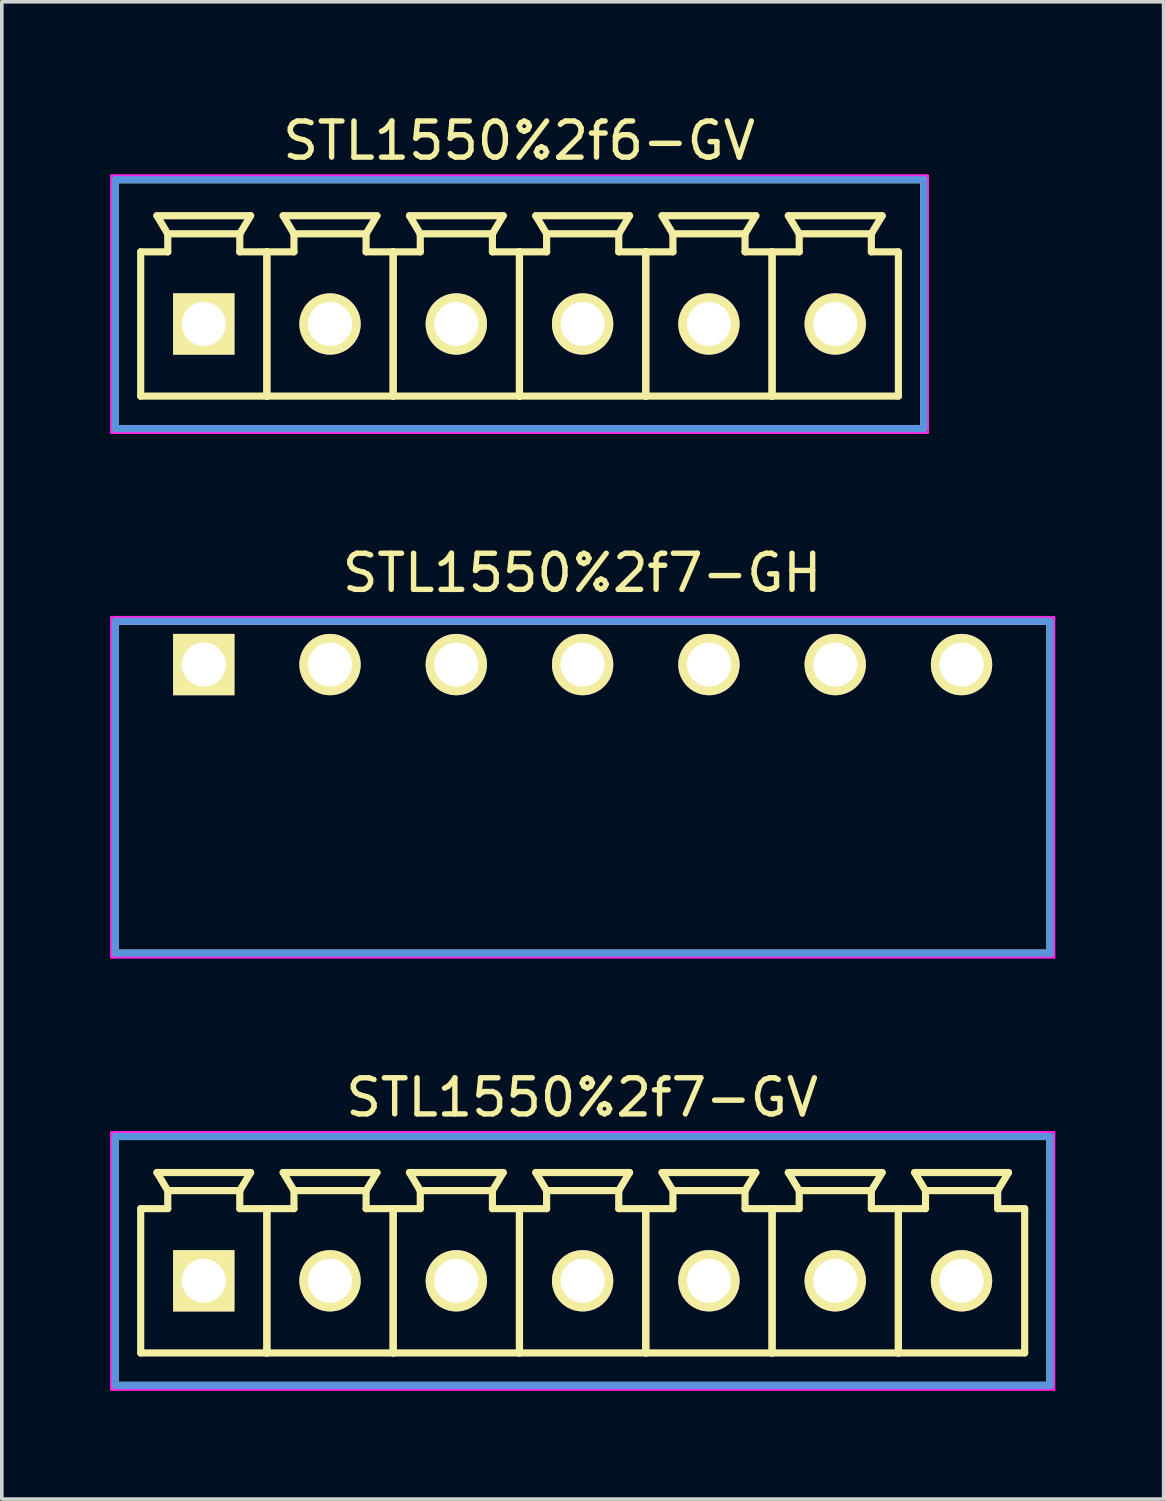
<source format=kicad_pcb>
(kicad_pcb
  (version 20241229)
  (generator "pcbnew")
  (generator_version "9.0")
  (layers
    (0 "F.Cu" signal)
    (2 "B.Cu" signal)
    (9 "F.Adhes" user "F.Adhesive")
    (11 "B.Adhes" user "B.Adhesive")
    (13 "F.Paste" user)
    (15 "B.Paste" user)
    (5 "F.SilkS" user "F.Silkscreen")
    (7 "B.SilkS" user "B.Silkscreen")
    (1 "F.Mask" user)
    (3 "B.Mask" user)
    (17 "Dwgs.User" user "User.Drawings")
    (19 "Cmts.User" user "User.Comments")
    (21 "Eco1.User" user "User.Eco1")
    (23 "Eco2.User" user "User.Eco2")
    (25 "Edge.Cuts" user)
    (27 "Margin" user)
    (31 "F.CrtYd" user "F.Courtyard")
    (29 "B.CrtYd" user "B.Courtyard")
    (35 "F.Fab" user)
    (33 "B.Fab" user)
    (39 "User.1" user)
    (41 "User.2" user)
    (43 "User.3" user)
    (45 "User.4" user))
  (footprint "STL1550%2f7-GV"
    (layer "F.Cu")
    (at 2.597 32.442)
    (property "Reference" "STL1550%2f7-GV" (at 10.485 -5.08 0) (layer "F.SilkS") (effects (font (size 1.001 1.001) (thickness 0.15))))
    (attr through_hole)
    (fp_line (start -2.449 -3.998) (end -2.449 2.898) (stroke (width 0.198) (type solid)) (layer "F.SilkS"))
    (fp_line (start -2.449 2.898) (end 23.449 2.898) (stroke (width 0.198) (type solid)) (layer "F.SilkS"))
    (fp_line (start -1.748 -1.999) (end -0.998 -1.999) (stroke (width 0.198) (type solid)) (layer "F.SilkS"))
    (fp_line (start -1.748 1.999) (end -1.748 -1.999) (stroke (width 0.198) (type solid)) (layer "F.SilkS"))
    (fp_line (start -1.298 -3) (end 1.298 -3) (stroke (width 0.198) (type solid)) (layer "F.SilkS"))
    (fp_line (start -0.998 -2.499) (end -1.298 -3) (stroke (width 0.198) (type solid)) (layer "F.SilkS"))
    (fp_line (start -0.998 -2.499) (end 0.998 -2.499) (stroke (width 0.198) (type solid)) (layer "F.SilkS"))
    (fp_line (start -0.998 -1.999) (end -0.998 -2.499) (stroke (width 0.198) (type solid)) (layer "F.SilkS"))
    (fp_line (start 0.998 -2.499) (end 0.998 -1.999) (stroke (width 0.198) (type solid)) (layer "F.SilkS"))
    (fp_line (start 0.998 -1.999) (end 1.748 -1.999) (stroke (width 0.198) (type solid)) (layer "F.SilkS"))
    (fp_line (start 1.298 -3) (end 0.998 -2.499) (stroke (width 0.198) (type solid)) (layer "F.SilkS"))
    (fp_line (start 1.748 -1.999) (end 1.748 1.999) (stroke (width 0.198) (type solid)) (layer "F.SilkS"))
    (fp_line (start 1.748 -1.999) (end 2.499 -1.999) (stroke (width 0.198) (type solid)) (layer "F.SilkS"))
    (fp_line (start 1.748 1.999) (end -1.748 1.999) (stroke (width 0.198) (type solid)) (layer "F.SilkS"))
    (fp_line (start 1.748 1.999) (end 1.748 -1.999) (stroke (width 0.198) (type solid)) (layer "F.SilkS"))
    (fp_line (start 2.2 -3) (end 4.798 -3) (stroke (width 0.198) (type solid)) (layer "F.SilkS"))
    (fp_line (start 2.499 -2.499) (end 2.2 -3) (stroke (width 0.198) (type solid)) (layer "F.SilkS"))
    (fp_line (start 2.499 -2.499) (end 4.498 -2.499) (stroke (width 0.198) (type solid)) (layer "F.SilkS"))
    (fp_line (start 2.499 -1.999) (end 2.499 -2.499) (stroke (width 0.198) (type solid)) (layer "F.SilkS"))
    (fp_line (start 4.498 -2.499) (end 4.498 -1.999) (stroke (width 0.198) (type solid)) (layer "F.SilkS"))
    (fp_line (start 4.498 -1.999) (end 5.248 -1.999) (stroke (width 0.198) (type solid)) (layer "F.SilkS"))
    (fp_line (start 4.798 -3) (end 4.498 -2.499) (stroke (width 0.198) (type solid)) (layer "F.SilkS"))
    (fp_line (start 5.248 -1.999) (end 5.248 1.999) (stroke (width 0.198) (type solid)) (layer "F.SilkS"))
    (fp_line (start 5.248 -1.999) (end 5.999 -1.999) (stroke (width 0.198) (type solid)) (layer "F.SilkS"))
    (fp_line (start 5.248 1.999) (end 1.748 1.999) (stroke (width 0.198) (type solid)) (layer "F.SilkS"))
    (fp_line (start 5.248 1.999) (end 5.248 -1.999) (stroke (width 0.198) (type solid)) (layer "F.SilkS"))
    (fp_line (start 5.7 -3) (end 8.298 -3) (stroke (width 0.198) (type solid)) (layer "F.SilkS"))
    (fp_line (start 5.999 -2.499) (end 5.7 -3) (stroke (width 0.198) (type solid)) (layer "F.SilkS"))
    (fp_line (start 5.999 -2.499) (end 7.998 -2.499) (stroke (width 0.198) (type solid)) (layer "F.SilkS"))
    (fp_line (start 5.999 -1.999) (end 5.999 -2.499) (stroke (width 0.198) (type solid)) (layer "F.SilkS"))
    (fp_line (start 7.998 -2.499) (end 7.998 -1.999) (stroke (width 0.198) (type solid)) (layer "F.SilkS"))
    (fp_line (start 7.998 -1.999) (end 8.748 -1.999) (stroke (width 0.198) (type solid)) (layer "F.SilkS"))
    (fp_line (start 8.298 -3) (end 7.998 -2.499) (stroke (width 0.198) (type solid)) (layer "F.SilkS"))
    (fp_line (start 8.748 -1.999) (end 8.748 1.999) (stroke (width 0.198) (type solid)) (layer "F.SilkS"))
    (fp_line (start 8.748 -1.999) (end 9.5 -1.999) (stroke (width 0.198) (type solid)) (layer "F.SilkS"))
    (fp_line (start 8.748 1.999) (end 5.248 1.999) (stroke (width 0.198) (type solid)) (layer "F.SilkS"))
    (fp_line (start 8.748 1.999) (end 8.748 -1.999) (stroke (width 0.198) (type solid)) (layer "F.SilkS"))
    (fp_line (start 9.2 -3) (end 11.798 -3) (stroke (width 0.198) (type solid)) (layer "F.SilkS"))
    (fp_line (start 9.5 -2.499) (end 9.2 -3) (stroke (width 0.198) (type solid)) (layer "F.SilkS"))
    (fp_line (start 9.5 -2.499) (end 11.499 -2.499) (stroke (width 0.198) (type solid)) (layer "F.SilkS"))
    (fp_line (start 9.5 -1.999) (end 9.5 -2.499) (stroke (width 0.198) (type solid)) (layer "F.SilkS"))
    (fp_line (start 11.499 -2.499) (end 11.499 -1.999) (stroke (width 0.198) (type solid)) (layer "F.SilkS"))
    (fp_line (start 11.499 -1.999) (end 12.248 -1.999) (stroke (width 0.198) (type solid)) (layer "F.SilkS"))
    (fp_line (start 11.798 -3) (end 11.499 -2.499) (stroke (width 0.198) (type solid)) (layer "F.SilkS"))
    (fp_line (start 12.248 -1.999) (end 12.248 1.999) (stroke (width 0.198) (type solid)) (layer "F.SilkS"))
    (fp_line (start 12.248 -1.999) (end 13 -1.999) (stroke (width 0.198) (type solid)) (layer "F.SilkS"))
    (fp_line (start 12.248 1.999) (end 8.748 1.999) (stroke (width 0.198) (type solid)) (layer "F.SilkS"))
    (fp_line (start 12.248 1.999) (end 12.248 -1.999) (stroke (width 0.198) (type solid)) (layer "F.SilkS"))
    (fp_line (start 12.7 -3) (end 15.298 -3) (stroke (width 0.198) (type solid)) (layer "F.SilkS"))
    (fp_line (start 13 -2.499) (end 12.7 -3) (stroke (width 0.198) (type solid)) (layer "F.SilkS"))
    (fp_line (start 13 -2.499) (end 14.999 -2.499) (stroke (width 0.198) (type solid)) (layer "F.SilkS"))
    (fp_line (start 13 -1.999) (end 13 -2.499) (stroke (width 0.198) (type solid)) (layer "F.SilkS"))
    (fp_line (start 14.999 -2.499) (end 14.999 -1.999) (stroke (width 0.198) (type solid)) (layer "F.SilkS"))
    (fp_line (start 14.999 -1.999) (end 15.748 -1.999) (stroke (width 0.198) (type solid)) (layer "F.SilkS"))
    (fp_line (start 15.298 -3) (end 14.999 -2.499) (stroke (width 0.198) (type solid)) (layer "F.SilkS"))
    (fp_line (start 15.748 -1.999) (end 15.748 1.999) (stroke (width 0.198) (type solid)) (layer "F.SilkS"))
    (fp_line (start 15.748 -1.999) (end 16.5 -1.999) (stroke (width 0.198) (type solid)) (layer "F.SilkS"))
    (fp_line (start 15.748 1.999) (end 12.248 1.999) (stroke (width 0.198) (type solid)) (layer "F.SilkS"))
    (fp_line (start 15.748 1.999) (end 15.748 -1.999) (stroke (width 0.198) (type solid)) (layer "F.SilkS"))
    (fp_line (start 16.198 -3) (end 18.799 -3) (stroke (width 0.198) (type solid)) (layer "F.SilkS"))
    (fp_line (start 16.5 -2.499) (end 16.198 -3) (stroke (width 0.198) (type solid)) (layer "F.SilkS"))
    (fp_line (start 16.5 -2.499) (end 18.499 -2.499) (stroke (width 0.198) (type solid)) (layer "F.SilkS"))
    (fp_line (start 16.5 -1.999) (end 16.5 -2.499) (stroke (width 0.198) (type solid)) (layer "F.SilkS"))
    (fp_line (start 18.499 -2.499) (end 18.499 -1.999) (stroke (width 0.198) (type solid)) (layer "F.SilkS"))
    (fp_line (start 18.499 -1.999) (end 19.248 -1.999) (stroke (width 0.198) (type solid)) (layer "F.SilkS"))
    (fp_line (start 18.799 -3) (end 18.499 -2.499) (stroke (width 0.198) (type solid)) (layer "F.SilkS"))
    (fp_line (start 19.248 -1.999) (end 19.248 1.999) (stroke (width 0.198) (type solid)) (layer "F.SilkS"))
    (fp_line (start 19.248 -1.999) (end 20 -1.999) (stroke (width 0.198) (type solid)) (layer "F.SilkS"))
    (fp_line (start 19.248 1.999) (end 15.748 1.999) (stroke (width 0.198) (type solid)) (layer "F.SilkS"))
    (fp_line (start 19.248 1.999) (end 19.248 -1.999) (stroke (width 0.198) (type solid)) (layer "F.SilkS"))
    (fp_line (start 19.698 -3) (end 22.299 -3) (stroke (width 0.198) (type solid)) (layer "F.SilkS"))
    (fp_line (start 20 -2.499) (end 19.698 -3) (stroke (width 0.198) (type solid)) (layer "F.SilkS"))
    (fp_line (start 20 -2.499) (end 21.999 -2.499) (stroke (width 0.198) (type solid)) (layer "F.SilkS"))
    (fp_line (start 20 -1.999) (end 20 -2.499) (stroke (width 0.198) (type solid)) (layer "F.SilkS"))
    (fp_line (start 21.999 -2.499) (end 21.999 -1.999) (stroke (width 0.198) (type solid)) (layer "F.SilkS"))
    (fp_line (start 21.999 -1.999) (end 22.748 -1.999) (stroke (width 0.198) (type solid)) (layer "F.SilkS"))
    (fp_line (start 22.299 -3) (end 21.999 -2.499) (stroke (width 0.198) (type solid)) (layer "F.SilkS"))
    (fp_line (start 22.748 -1.999) (end 22.748 1.999) (stroke (width 0.198) (type solid)) (layer "F.SilkS"))
    (fp_line (start 22.748 1.999) (end 19.248 1.999) (stroke (width 0.198) (type solid)) (layer "F.SilkS"))
    (fp_line (start 23.449 -3.998) (end -2.449 -3.998) (stroke (width 0.198) (type solid)) (layer "F.SilkS"))
    (fp_line (start 23.449 2.898) (end 23.449 -3.998) (stroke (width 0.198) (type solid)) (layer "F.SilkS"))
    (fp_line (start -2.449 -3.998) (end -2.449 2.898) (stroke (width 0.198) (type solid)) (layer "Cmts.User"))
    (fp_line (start -2.449 2.898) (end 23.449 2.898) (stroke (width 0.198) (type solid)) (layer "Cmts.User"))
    (fp_line (start 23.449 -3.998) (end -2.449 -3.998) (stroke (width 0.198) (type solid)) (layer "Cmts.User"))
    (fp_line (start 23.449 2.898) (end 23.449 -3.998) (stroke (width 0.198) (type solid)) (layer "Cmts.User"))
    (fp_line (start -2.548 -4.1) (end -2.548 3) (stroke (width 0.099) (type solid)) (layer "F.CrtYd"))
    (fp_line (start -2.548 3) (end 23.548 3) (stroke (width 0.099) (type solid)) (layer "F.CrtYd"))
    (fp_line (start 23.548 -4.1) (end -2.548 -4.1) (stroke (width 0.099) (type solid)) (layer "F.CrtYd"))
    (fp_line (start 23.548 3) (end 23.548 -4.1) (stroke (width 0.099) (type solid)) (layer "F.CrtYd"))
    (pad "1" thru_hole rect (at 0 0) (size 1.699 1.699) (drill 1.219) (layers "*.Cu" "*.Mask" "F.SilkS"))
    (pad "2" thru_hole circle (at 3.498 0) (size 1.699 1.699) (drill 1.219) (layers "*.Cu" "*.Mask" "F.SilkS"))
    (pad "3" thru_hole circle (at 6.998 0) (size 1.699 1.699) (drill 1.219) (layers "*.Cu" "*.Mask" "F.SilkS"))
    (pad "4" thru_hole circle (at 10.498 0) (size 1.699 1.699) (drill 1.219) (layers "*.Cu" "*.Mask" "F.SilkS"))
    (pad "5" thru_hole circle (at 13.998 0) (size 1.699 1.699) (drill 1.219) (layers "*.Cu" "*.Mask" "F.SilkS"))
    (pad "6" thru_hole circle (at 17.498 0) (size 1.699 1.699) (drill 1.219) (layers "*.Cu" "*.Mask" "F.SilkS"))
    (pad "7" thru_hole circle (at 20.998 0) (size 1.699 1.699) (drill 1.219) (layers "*.Cu" "*.Mask" "F.SilkS")))
  (footprint "STL1550%2f6-GV"
    (layer "F.Cu")
    (at 2.597 5.928)
    (property "Reference" "STL1550%2f6-GV" (at 8.738 -5.08 0) (layer "F.SilkS") (effects (font (size 1.001 1.001) (thickness 0.15))))
    (attr through_hole)
    (fp_line (start -2.449 -3.998) (end -2.449 2.898) (stroke (width 0.198) (type solid)) (layer "F.SilkS"))
    (fp_line (start -2.449 2.898) (end 19.949 2.898) (stroke (width 0.198) (type solid)) (layer "F.SilkS"))
    (fp_line (start -1.748 -1.999) (end -0.998 -1.999) (stroke (width 0.198) (type solid)) (layer "F.SilkS"))
    (fp_line (start -1.748 1.999) (end -1.748 -1.999) (stroke (width 0.198) (type solid)) (layer "F.SilkS"))
    (fp_line (start -1.298 -3) (end 1.298 -3) (stroke (width 0.198) (type solid)) (layer "F.SilkS"))
    (fp_line (start -0.998 -2.499) (end -1.298 -3) (stroke (width 0.198) (type solid)) (layer "F.SilkS"))
    (fp_line (start -0.998 -2.499) (end 0.998 -2.499) (stroke (width 0.198) (type solid)) (layer "F.SilkS"))
    (fp_line (start -0.998 -1.999) (end -0.998 -2.499) (stroke (width 0.198) (type solid)) (layer "F.SilkS"))
    (fp_line (start 0.998 -2.499) (end 0.998 -1.999) (stroke (width 0.198) (type solid)) (layer "F.SilkS"))
    (fp_line (start 0.998 -1.999) (end 1.748 -1.999) (stroke (width 0.198) (type solid)) (layer "F.SilkS"))
    (fp_line (start 1.298 -3) (end 0.998 -2.499) (stroke (width 0.198) (type solid)) (layer "F.SilkS"))
    (fp_line (start 1.748 -1.999) (end 1.748 1.999) (stroke (width 0.198) (type solid)) (layer "F.SilkS"))
    (fp_line (start 1.748 -1.999) (end 2.499 -1.999) (stroke (width 0.198) (type solid)) (layer "F.SilkS"))
    (fp_line (start 1.748 1.999) (end -1.748 1.999) (stroke (width 0.198) (type solid)) (layer "F.SilkS"))
    (fp_line (start 1.748 1.999) (end 1.748 -1.999) (stroke (width 0.198) (type solid)) (layer "F.SilkS"))
    (fp_line (start 2.2 -3) (end 4.798 -3) (stroke (width 0.198) (type solid)) (layer "F.SilkS"))
    (fp_line (start 2.499 -2.499) (end 2.2 -3) (stroke (width 0.198) (type solid)) (layer "F.SilkS"))
    (fp_line (start 2.499 -2.499) (end 4.498 -2.499) (stroke (width 0.198) (type solid)) (layer "F.SilkS"))
    (fp_line (start 2.499 -1.999) (end 2.499 -2.499) (stroke (width 0.198) (type solid)) (layer "F.SilkS"))
    (fp_line (start 4.498 -2.499) (end 4.498 -1.999) (stroke (width 0.198) (type solid)) (layer "F.SilkS"))
    (fp_line (start 4.498 -1.999) (end 5.248 -1.999) (stroke (width 0.198) (type solid)) (layer "F.SilkS"))
    (fp_line (start 4.798 -3) (end 4.498 -2.499) (stroke (width 0.198) (type solid)) (layer "F.SilkS"))
    (fp_line (start 5.248 -1.999) (end 5.248 1.999) (stroke (width 0.198) (type solid)) (layer "F.SilkS"))
    (fp_line (start 5.248 -1.999) (end 5.999 -1.999) (stroke (width 0.198) (type solid)) (layer "F.SilkS"))
    (fp_line (start 5.248 1.999) (end 1.748 1.999) (stroke (width 0.198) (type solid)) (layer "F.SilkS"))
    (fp_line (start 5.248 1.999) (end 5.248 -1.999) (stroke (width 0.198) (type solid)) (layer "F.SilkS"))
    (fp_line (start 5.7 -3) (end 8.298 -3) (stroke (width 0.198) (type solid)) (layer "F.SilkS"))
    (fp_line (start 5.999 -2.499) (end 5.7 -3) (stroke (width 0.198) (type solid)) (layer "F.SilkS"))
    (fp_line (start 5.999 -2.499) (end 7.998 -2.499) (stroke (width 0.198) (type solid)) (layer "F.SilkS"))
    (fp_line (start 5.999 -1.999) (end 5.999 -2.499) (stroke (width 0.198) (type solid)) (layer "F.SilkS"))
    (fp_line (start 7.998 -2.499) (end 7.998 -1.999) (stroke (width 0.198) (type solid)) (layer "F.SilkS"))
    (fp_line (start 7.998 -1.999) (end 8.748 -1.999) (stroke (width 0.198) (type solid)) (layer "F.SilkS"))
    (fp_line (start 8.298 -3) (end 7.998 -2.499) (stroke (width 0.198) (type solid)) (layer "F.SilkS"))
    (fp_line (start 8.748 -1.999) (end 8.748 1.999) (stroke (width 0.198) (type solid)) (layer "F.SilkS"))
    (fp_line (start 8.748 -1.999) (end 9.5 -1.999) (stroke (width 0.198) (type solid)) (layer "F.SilkS"))
    (fp_line (start 8.748 1.999) (end 5.248 1.999) (stroke (width 0.198) (type solid)) (layer "F.SilkS"))
    (fp_line (start 8.748 1.999) (end 8.748 -1.999) (stroke (width 0.198) (type solid)) (layer "F.SilkS"))
    (fp_line (start 9.2 -3) (end 11.798 -3) (stroke (width 0.198) (type solid)) (layer "F.SilkS"))
    (fp_line (start 9.5 -2.499) (end 9.2 -3) (stroke (width 0.198) (type solid)) (layer "F.SilkS"))
    (fp_line (start 9.5 -2.499) (end 11.499 -2.499) (stroke (width 0.198) (type solid)) (layer "F.SilkS"))
    (fp_line (start 9.5 -1.999) (end 9.5 -2.499) (stroke (width 0.198) (type solid)) (layer "F.SilkS"))
    (fp_line (start 11.499 -2.499) (end 11.499 -1.999) (stroke (width 0.198) (type solid)) (layer "F.SilkS"))
    (fp_line (start 11.499 -1.999) (end 12.248 -1.999) (stroke (width 0.198) (type solid)) (layer "F.SilkS"))
    (fp_line (start 11.798 -3) (end 11.499 -2.499) (stroke (width 0.198) (type solid)) (layer "F.SilkS"))
    (fp_line (start 12.248 -1.999) (end 12.248 1.999) (stroke (width 0.198) (type solid)) (layer "F.SilkS"))
    (fp_line (start 12.248 -1.999) (end 13 -1.999) (stroke (width 0.198) (type solid)) (layer "F.SilkS"))
    (fp_line (start 12.248 1.999) (end 8.748 1.999) (stroke (width 0.198) (type solid)) (layer "F.SilkS"))
    (fp_line (start 12.248 1.999) (end 12.248 -1.999) (stroke (width 0.198) (type solid)) (layer "F.SilkS"))
    (fp_line (start 12.7 -3) (end 15.298 -3) (stroke (width 0.198) (type solid)) (layer "F.SilkS"))
    (fp_line (start 13 -2.499) (end 12.7 -3) (stroke (width 0.198) (type solid)) (layer "F.SilkS"))
    (fp_line (start 13 -2.499) (end 14.999 -2.499) (stroke (width 0.198) (type solid)) (layer "F.SilkS"))
    (fp_line (start 13 -1.999) (end 13 -2.499) (stroke (width 0.198) (type solid)) (layer "F.SilkS"))
    (fp_line (start 14.999 -2.499) (end 14.999 -1.999) (stroke (width 0.198) (type solid)) (layer "F.SilkS"))
    (fp_line (start 14.999 -1.999) (end 15.748 -1.999) (stroke (width 0.198) (type solid)) (layer "F.SilkS"))
    (fp_line (start 15.298 -3) (end 14.999 -2.499) (stroke (width 0.198) (type solid)) (layer "F.SilkS"))
    (fp_line (start 15.748 -1.999) (end 15.748 1.999) (stroke (width 0.198) (type solid)) (layer "F.SilkS"))
    (fp_line (start 15.748 -1.999) (end 16.5 -1.999) (stroke (width 0.198) (type solid)) (layer "F.SilkS"))
    (fp_line (start 15.748 1.999) (end 12.248 1.999) (stroke (width 0.198) (type solid)) (layer "F.SilkS"))
    (fp_line (start 15.748 1.999) (end 15.748 -1.999) (stroke (width 0.198) (type solid)) (layer "F.SilkS"))
    (fp_line (start 16.198 -3) (end 18.799 -3) (stroke (width 0.198) (type solid)) (layer "F.SilkS"))
    (fp_line (start 16.5 -2.499) (end 16.198 -3) (stroke (width 0.198) (type solid)) (layer "F.SilkS"))
    (fp_line (start 16.5 -2.499) (end 18.499 -2.499) (stroke (width 0.198) (type solid)) (layer "F.SilkS"))
    (fp_line (start 16.5 -1.999) (end 16.5 -2.499) (stroke (width 0.198) (type solid)) (layer "F.SilkS"))
    (fp_line (start 18.499 -2.499) (end 18.499 -1.999) (stroke (width 0.198) (type solid)) (layer "F.SilkS"))
    (fp_line (start 18.499 -1.999) (end 19.248 -1.999) (stroke (width 0.198) (type solid)) (layer "F.SilkS"))
    (fp_line (start 18.799 -3) (end 18.499 -2.499) (stroke (width 0.198) (type solid)) (layer "F.SilkS"))
    (fp_line (start 19.248 -1.999) (end 19.248 1.999) (stroke (width 0.198) (type solid)) (layer "F.SilkS"))
    (fp_line (start 19.248 1.999) (end 15.748 1.999) (stroke (width 0.198) (type solid)) (layer "F.SilkS"))
    (fp_line (start 19.949 -3.998) (end -2.449 -3.998) (stroke (width 0.198) (type solid)) (layer "F.SilkS"))
    (fp_line (start 19.949 2.898) (end 19.949 -3.998) (stroke (width 0.198) (type solid)) (layer "F.SilkS"))
    (fp_line (start -2.449 -3.998) (end -2.449 2.898) (stroke (width 0.198) (type solid)) (layer "Cmts.User"))
    (fp_line (start -2.449 2.898) (end 19.949 2.898) (stroke (width 0.198) (type solid)) (layer "Cmts.User"))
    (fp_line (start 19.949 -3.998) (end -2.449 -3.998) (stroke (width 0.198) (type solid)) (layer "Cmts.User"))
    (fp_line (start 19.949 2.898) (end 19.949 -3.998) (stroke (width 0.198) (type solid)) (layer "Cmts.User"))
    (fp_line (start -2.548 -4.1) (end -2.548 3) (stroke (width 0.099) (type solid)) (layer "F.CrtYd"))
    (fp_line (start -2.548 3) (end 20.048 3) (stroke (width 0.099) (type solid)) (layer "F.CrtYd"))
    (fp_line (start 20.048 -4.1) (end -2.548 -4.1) (stroke (width 0.099) (type solid)) (layer "F.CrtYd"))
    (fp_line (start 20.048 3) (end 20.048 -4.1) (stroke (width 0.099) (type solid)) (layer "F.CrtYd"))
    (pad "1" thru_hole rect (at 0 0) (size 1.699 1.699) (drill 1.219) (layers "*.Cu" "*.Mask" "F.SilkS"))
    (pad "2" thru_hole circle (at 3.498 0) (size 1.699 1.699) (drill 1.219) (layers "*.Cu" "*.Mask" "F.SilkS"))
    (pad "3" thru_hole circle (at 6.998 0) (size 1.699 1.699) (drill 1.219) (layers "*.Cu" "*.Mask" "F.SilkS"))
    (pad "4" thru_hole circle (at 10.498 0) (size 1.699 1.699) (drill 1.219) (layers "*.Cu" "*.Mask" "F.SilkS"))
    (pad "5" thru_hole circle (at 13.998 0) (size 1.699 1.699) (drill 1.219) (layers "*.Cu" "*.Mask" "F.SilkS"))
    (pad "6" thru_hole circle (at 17.498 0) (size 1.699 1.699) (drill 1.219) (layers "*.Cu" "*.Mask" "F.SilkS")))
  (footprint "STL1550%2f7-GH"
    (layer "F.Cu")
    (at 2.597 15.366)
    (property "Reference" "STL1550%2f7-GH" (at 10.485 -2.54 0) (layer "F.SilkS") (effects (font (size 1.001 1.001) (thickness 0.15))))
    (attr through_hole)
    (fp_line (start -2.449 -1.199) (end -2.449 7.998) (stroke (width 0.198) (type solid)) (layer "F.SilkS"))
    (fp_line (start -2.449 7.998) (end 23.449 7.998) (stroke (width 0.198) (type solid)) (layer "F.SilkS"))
    (fp_line (start 23.449 -1.199) (end -2.449 -1.199) (stroke (width 0.198) (type solid)) (layer "F.SilkS"))
    (fp_line (start 23.449 7.998) (end 23.449 -1.199) (stroke (width 0.198) (type solid)) (layer "F.SilkS"))
    (fp_line (start -2.449 -1.199) (end -2.449 7.998) (stroke (width 0.198) (type solid)) (layer "Cmts.User"))
    (fp_line (start -2.449 7.998) (end 23.449 7.998) (stroke (width 0.198) (type solid)) (layer "Cmts.User"))
    (fp_line (start 23.449 -1.199) (end -2.449 -1.199) (stroke (width 0.198) (type solid)) (layer "Cmts.User"))
    (fp_line (start 23.449 7.998) (end 23.449 -1.199) (stroke (width 0.198) (type solid)) (layer "Cmts.User"))
    (fp_line (start -2.548 -1.298) (end -2.548 8.098) (stroke (width 0.099) (type solid)) (layer "F.CrtYd"))
    (fp_line (start -2.548 8.098) (end 23.548 8.098) (stroke (width 0.099) (type solid)) (layer "F.CrtYd"))
    (fp_line (start 23.548 -1.298) (end -2.548 -1.298) (stroke (width 0.099) (type solid)) (layer "F.CrtYd"))
    (fp_line (start 23.548 8.098) (end 23.548 -1.298) (stroke (width 0.099) (type solid)) (layer "F.CrtYd"))
    (pad "1" thru_hole rect (at 0 0) (size 1.699 1.699) (drill 1.219) (layers "*.Cu" "*.Mask" "F.SilkS"))
    (pad "2" thru_hole circle (at 3.498 0) (size 1.699 1.699) (drill 1.219) (layers "*.Cu" "*.Mask" "F.SilkS"))
    (pad "3" thru_hole circle (at 6.998 0) (size 1.699 1.699) (drill 1.219) (layers "*.Cu" "*.Mask" "F.SilkS"))
    (pad "4" thru_hole circle (at 10.498 0) (size 1.699 1.699) (drill 1.219) (layers "*.Cu" "*.Mask" "F.SilkS"))
    (pad "5" thru_hole circle (at 13.998 0) (size 1.699 1.699) (drill 1.219) (layers "*.Cu" "*.Mask" "F.SilkS"))
    (pad "6" thru_hole circle (at 17.498 0) (size 1.699 1.699) (drill 1.219) (layers "*.Cu" "*.Mask" "F.SilkS"))
    (pad "7" thru_hole circle (at 20.998 0) (size 1.699 1.699) (drill 1.219) (layers "*.Cu" "*.Mask" "F.SilkS")))
  (gr_rect
    (start -3 -3)
    (end 29.195 38.491)
    (stroke (width 0.1) (type default))
    (fill no)
    (layer "Edge.Cuts")))
</source>
